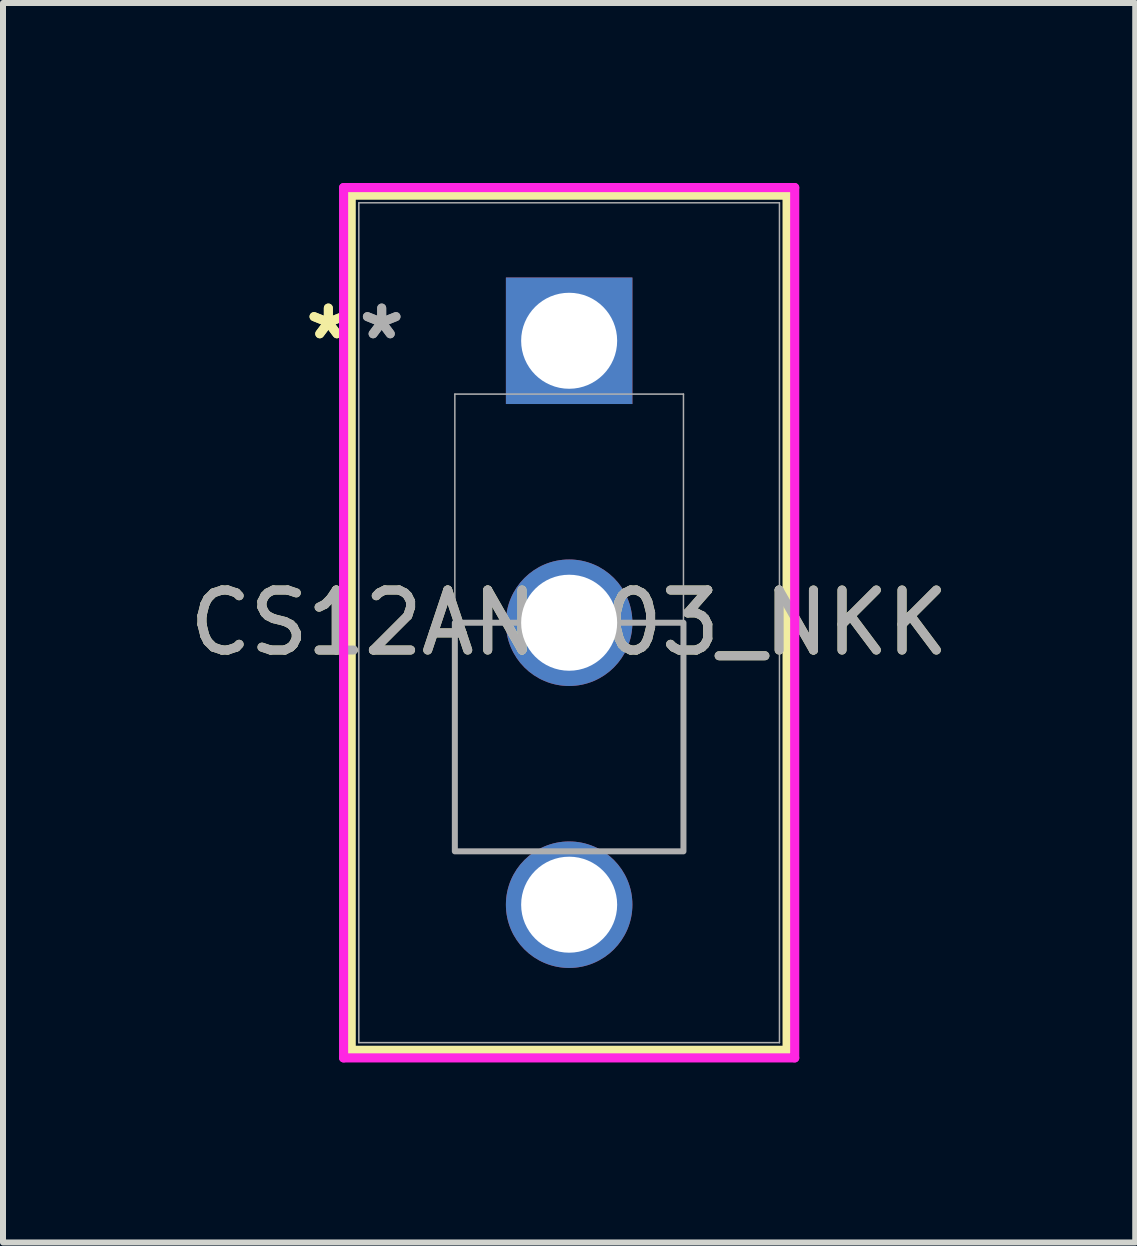
<source format=kicad_pcb>
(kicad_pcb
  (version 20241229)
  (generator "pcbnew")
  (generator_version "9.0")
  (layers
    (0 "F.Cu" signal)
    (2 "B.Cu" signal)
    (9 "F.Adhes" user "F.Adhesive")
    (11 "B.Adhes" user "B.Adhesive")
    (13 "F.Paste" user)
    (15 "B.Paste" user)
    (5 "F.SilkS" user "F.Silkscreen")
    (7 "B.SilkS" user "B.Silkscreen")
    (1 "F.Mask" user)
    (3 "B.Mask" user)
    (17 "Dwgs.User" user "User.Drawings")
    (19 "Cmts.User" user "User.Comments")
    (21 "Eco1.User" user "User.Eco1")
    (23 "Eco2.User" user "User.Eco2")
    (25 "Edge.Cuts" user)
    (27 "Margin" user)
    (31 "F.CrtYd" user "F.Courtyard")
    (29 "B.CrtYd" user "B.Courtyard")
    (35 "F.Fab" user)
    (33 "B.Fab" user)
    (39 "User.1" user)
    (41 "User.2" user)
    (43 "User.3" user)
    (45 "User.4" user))
  (footprint "CS12ANW03_NKK"
    (layer "F.Cu")
    (at 6.435 2.629)
    (property "Reference" "CS12ANW03_NKK" (at 0 4.699 0) (unlocked yes) (layer "F.SilkS") (effects (font (size 1 1) (thickness 0.15))))
    (attr through_hole)
    (fp_line (start -3.632 -2.426) (end -3.632 11.824) (stroke (width 0.152) (type solid)) (layer "F.SilkS"))
    (fp_line (start -3.632 11.824) (end 3.632 11.824) (stroke (width 0.152) (type solid)) (layer "F.SilkS"))
    (fp_line (start 3.632 -2.426) (end -3.632 -2.426) (stroke (width 0.152) (type solid)) (layer "F.SilkS"))
    (fp_line (start 3.632 11.824) (end 3.632 -2.426) (stroke (width 0.152) (type solid)) (layer "F.SilkS"))
    (fp_line (start -3.759 -2.553) (end -3.759 11.951) (stroke (width 0.152) (type solid)) (layer "F.CrtYd"))
    (fp_line (start -3.759 11.951) (end 3.759 11.951) (stroke (width 0.152) (type solid)) (layer "F.CrtYd"))
    (fp_line (start 3.759 -2.553) (end -3.759 -2.553) (stroke (width 0.152) (type solid)) (layer "F.CrtYd"))
    (fp_line (start 3.759 11.951) (end 3.759 -2.553) (stroke (width 0.152) (type solid)) (layer "F.CrtYd"))
    (fp_line (start -3.505 -2.299) (end -3.505 11.697) (stroke (width 0.025) (type solid)) (layer "F.Fab"))
    (fp_line (start -3.505 11.697) (end 3.505 11.697) (stroke (width 0.025) (type solid)) (layer "F.Fab"))
    (fp_line (start -1.905 0.889) (end 1.905 0.889) (stroke (width 0.025) (type solid)) (layer "F.Fab"))
    (fp_line (start -1.905 8.509) (end -1.905 0.889) (stroke (width 0.025) (type solid)) (layer "F.Fab"))
    (fp_line (start 1.905 0.889) (end 1.905 8.509) (stroke (width 0.025) (type solid)) (layer "F.Fab"))
    (fp_line (start 1.905 8.509) (end -1.905 8.509) (stroke (width 0.025) (type solid)) (layer "F.Fab"))
    (fp_line (start 3.505 -2.299) (end -3.505 -2.299) (stroke (width 0.025) (type solid)) (layer "F.Fab"))
    (fp_line (start 3.505 11.697) (end 3.505 -2.299) (stroke (width 0.025) (type solid)) (layer "F.Fab"))
    (fp_poly (pts (xy -1.905 8.509) (xy -1.905 4.699) (xy 1.905 4.699) (xy 1.905 8.509)) (stroke (width 0.1) (type solid)) (fill no) (layer "F.Fab"))
    (fp_text user "*" (at -4.013 0 0) (layer "F.SilkS") (effects (font (size 1 1) (thickness 0.15))))
    (fp_text user "*" (at -4.013 0 0) (unlocked yes) (layer "F.SilkS") (effects (font (size 1 1) (thickness 0.15))))
    (fp_text user "*" (at -3.124 0 0) (layer "F.Fab") (effects (font (size 1 1) (thickness 0.15))))
    (fp_text user "${REFERENCE}" (at 0 4.699 0) (unlocked yes) (layer "F.Fab") (effects (font (size 1 1) (thickness 0.15))))
    (fp_text user "*" (at -3.124 0 0) (unlocked yes) (layer "F.Fab") (effects (font (size 1 1) (thickness 0.15))))
    (pad "1" thru_hole rect (at 0 0) (size 2.108 2.108) (drill 1.6) (layers "*.Cu" "*.Mask"))
    (pad "2" thru_hole circle (at 0 4.699) (size 2.108 2.108) (drill 1.6) (layers "*.Cu" "*.Mask"))
    (pad "3" thru_hole circle (at 0 9.398) (size 2.108 2.108) (drill 1.6) (layers "*.Cu" "*.Mask")))
  (gr_rect
    (start -3 -3)
    (end 15.869 17.656)
    (stroke (width 0.1) (type default))
    (fill no)
    (layer "Edge.Cuts")))
</source>
